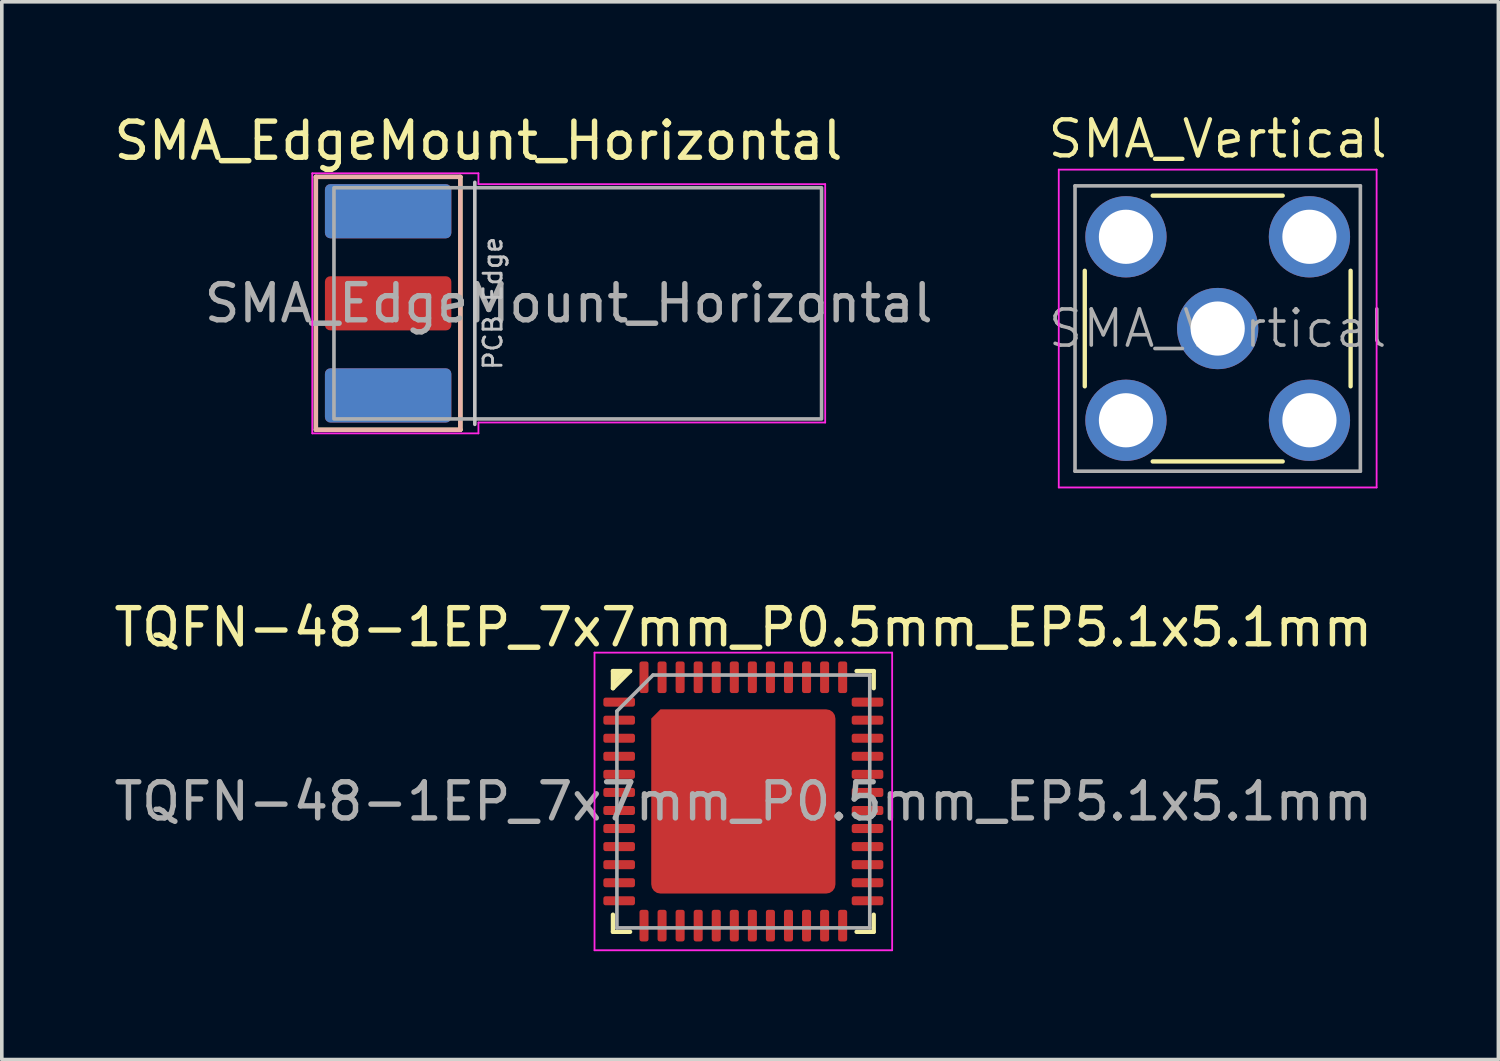
<source format=kicad_pcb>
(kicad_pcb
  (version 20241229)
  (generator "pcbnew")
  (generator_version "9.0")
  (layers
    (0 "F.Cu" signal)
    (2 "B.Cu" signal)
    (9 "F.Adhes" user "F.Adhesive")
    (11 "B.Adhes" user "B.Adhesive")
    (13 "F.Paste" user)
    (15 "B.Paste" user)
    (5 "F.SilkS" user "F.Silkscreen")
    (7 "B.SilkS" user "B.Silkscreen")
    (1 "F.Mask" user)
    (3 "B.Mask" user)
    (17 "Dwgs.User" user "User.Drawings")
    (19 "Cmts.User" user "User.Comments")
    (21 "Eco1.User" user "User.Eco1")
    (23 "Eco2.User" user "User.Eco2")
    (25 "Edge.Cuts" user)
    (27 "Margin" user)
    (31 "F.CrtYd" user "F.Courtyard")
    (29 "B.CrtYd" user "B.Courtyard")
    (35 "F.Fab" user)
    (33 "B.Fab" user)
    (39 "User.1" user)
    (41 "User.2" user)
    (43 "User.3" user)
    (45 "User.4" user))
  (footprint "SMA_EdgeMount_Horizontal"
    (layer "F.Cu")
    (at 10.196 5.348)
    (property "Reference" "SMA_EdgeMount_Horizontal" (at 0 -4.5 0) (unlocked yes) (layer "F.SilkS") (effects (font (size 1 1) (thickness 0.15))))
    (attr smd)
    (fp_line (start -4.5 -3.5) (end -4.5 3.5) (stroke (width 0.12) (type solid)) (layer "F.SilkS"))
    (fp_line (start -4.5 3.5) (end -0.5 3.5) (stroke (width 0.12) (type solid)) (layer "F.SilkS"))
    (fp_line (start -0.5 -3.5) (end -4.5 -3.5) (stroke (width 0.12) (type solid)) (layer "F.SilkS"))
    (fp_line (start -0.5 3.5) (end -0.5 -3.5) (stroke (width 0.12) (type solid)) (layer "F.SilkS"))
    (fp_line (start -4.5 -3.5) (end -0.5 -3.5) (stroke (width 0.12) (type solid)) (layer "B.SilkS"))
    (fp_line (start -4.5 3.5) (end -4.5 -3.5) (stroke (width 0.12) (type solid)) (layer "B.SilkS"))
    (fp_line (start -0.5 -3.5) (end -0.5 3.5) (stroke (width 0.12) (type solid)) (layer "B.SilkS"))
    (fp_line (start -0.5 3.5) (end -4.5 3.5) (stroke (width 0.12) (type solid)) (layer "B.SilkS"))
    (fp_line (start -0.1 -3.35) (end -0.1 3.35) (stroke (width 0.1) (type solid)) (layer "Dwgs.User"))
    (fp_line (start -4.6 -3.6) (end -4.6 3.6) (stroke (width 0.05) (type solid)) (layer "F.CrtYd"))
    (fp_line (start -4.6 3.6) (end 0 3.6) (stroke (width 0.05) (type solid)) (layer "F.CrtYd"))
    (fp_line (start 0 -3.6) (end -4.6 -3.6) (stroke (width 0.05) (type solid)) (layer "F.CrtYd"))
    (fp_line (start 0 -3.3) (end 0 -3.6) (stroke (width 0.05) (type solid)) (layer "F.CrtYd"))
    (fp_line (start 0 3.3) (end 9.6 3.3) (stroke (width 0.05) (type solid)) (layer "F.CrtYd"))
    (fp_line (start 0 3.6) (end 0 3.3) (stroke (width 0.05) (type solid)) (layer "F.CrtYd"))
    (fp_line (start 9.6 -3.3) (end 0 -3.3) (stroke (width 0.05) (type solid)) (layer "F.CrtYd"))
    (fp_line (start 9.6 3.3) (end 9.6 -3.3) (stroke (width 0.05) (type solid)) (layer "F.CrtYd"))
    (fp_rect (start -4 -3.2) (end 9.5 3.2) (stroke (width 0.1) (type solid)) (fill no) (layer "F.Fab"))
    (fp_text user "PCB Edge" (at 0.4 0 270) (layer "Dwgs.User") (effects (font (size 0.5 0.5) (thickness 0.08))))
    (fp_text user "${REFERENCE}" (at 2.5 0 0) (unlocked yes) (layer "F.Fab") (effects (font (size 1 1) (thickness 0.15))))
    (pad "1" smd roundrect (at -2.5 0) (size 3.5 1.5) (layers "F.Cu" "F.Mask" "F.Paste") (roundrect_rratio 0.1))
    (pad "2" smd roundrect (at -2.5 -2.55) (size 3.5 1.5) (layers "F.Cu" "F.Mask" "F.Paste") (roundrect_rratio 0.1))
    (pad "2" smd roundrect (at -2.5 -2.55) (size 3.5 1.5) (layers "B.Cu" "B.Mask" "B.Paste") (roundrect_rratio 0.1))
    (pad "2" smd roundrect (at -2.5 2.55) (size 3.5 1.5) (layers "F.Cu" "F.Mask" "F.Paste") (roundrect_rratio 0.1))
    (pad "2" smd roundrect (at -2.5 2.55) (size 3.5 1.5) (layers "B.Cu" "B.Mask" "B.Paste") (roundrect_rratio 0.1)))
  (footprint "SMA_Vertical"
    (layer "F.Cu")
    (at 30.663 6.046)
    (property "Reference" "SMA_Vertical" (at 0 -5.25 0) (unlocked yes) (layer "F.SilkS") (effects (font (size 1 1) (thickness 0.12))))
    (attr through_hole)
    (fp_line (start -3.68 -1.6) (end -3.68 1.6) (stroke (width 0.12) (type solid)) (layer "F.SilkS"))
    (fp_line (start -1.8 -3.68) (end 1.8 -3.68) (stroke (width 0.12) (type solid)) (layer "F.SilkS"))
    (fp_line (start -1.8 3.68) (end 1.8 3.68) (stroke (width 0.12) (type solid)) (layer "F.SilkS"))
    (fp_line (start 3.68 -1.6) (end 3.68 1.6) (stroke (width 0.12) (type solid)) (layer "F.SilkS"))
    (fp_line (start -4.4 -4.4) (end -4.4 4.4) (stroke (width 0.05) (type solid)) (layer "F.CrtYd"))
    (fp_line (start 4.4 -4.4) (end -4.4 -4.4) (stroke (width 0.05) (type solid)) (layer "F.CrtYd"))
    (fp_line (start 4.4 4.4) (end -4.4 4.4) (stroke (width 0.05) (type solid)) (layer "F.CrtYd"))
    (fp_line (start 4.4 4.4) (end 4.4 -4.4) (stroke (width 0.05) (type solid)) (layer "F.CrtYd"))
    (fp_line (start -3.95 -3.95) (end -3.95 3.95) (stroke (width 0.1) (type solid)) (layer "F.Fab"))
    (fp_line (start -3.95 -3.95) (end 3.95 -3.95) (stroke (width 0.1) (type solid)) (layer "F.Fab"))
    (fp_line (start -3.95 3.95) (end 3.95 3.95) (stroke (width 0.1) (type solid)) (layer "F.Fab"))
    (fp_line (start 3.95 -3.95) (end 3.95 3.95) (stroke (width 0.1) (type solid)) (layer "F.Fab"))
    (fp_text user "${REFERENCE}" (at 0 0 0) (unlocked yes) (layer "F.Fab") (effects (font (size 1 1) (thickness 0.1))))
    (pad "1" thru_hole circle (at 0 0) (size 2.25 2.25) (drill 1.5) (layers "*.Cu" "*.Mask") (remove_unused_layers yes) (keep_end_layers yes) (zone_layer_connections))
    (pad "2" thru_hole circle (at -2.54 -2.54) (size 2.25 2.25) (drill 1.5) (layers "*.Cu" "*.Mask") (remove_unused_layers yes) (keep_end_layers yes) (zone_layer_connections))
    (pad "2" thru_hole circle (at -2.54 2.54) (size 2.25 2.25) (drill 1.5) (layers "*.Cu" "*.Mask") (remove_unused_layers yes) (keep_end_layers yes) (zone_layer_connections))
    (pad "2" thru_hole circle (at 2.54 -2.54) (size 2.25 2.25) (drill 1.5) (layers "*.Cu" "*.Mask") (remove_unused_layers yes) (keep_end_layers yes) (zone_layer_connections))
    (pad "2" thru_hole circle (at 2.54 2.54 90) (size 2.25 2.25) (drill 1.5) (layers "*.Cu" "*.Mask") (remove_unused_layers yes) (keep_end_layers yes) (zone_layer_connections)))
  (footprint "TQFN-48-1EP_7x7mm_P0.5mm_EP5.1x5.1mm"
    (layer "F.Cu")
    (at 17.53 19.139)
    (property "Reference" "TQFN-48-1EP_7x7mm_P0.5mm_EP5.1x5.1mm" (at 0 -4.82 0) (layer "F.SilkS") (effects (font (size 1 1) (thickness 0.15))))
    (attr smd)
    (fp_line (start -3.61 -3.135) (end -3.61 -3.61) (stroke (width 0.12) (type solid)) (layer "F.SilkS"))
    (fp_line (start -3.61 -3.135) (end -3.135 -3.61) (stroke (width 0.12) (type solid)) (layer "F.SilkS"))
    (fp_line (start -3.61 3.61) (end -3.61 3.135) (stroke (width 0.12) (type solid)) (layer "F.SilkS"))
    (fp_line (start -3.5 -3.6) (end -3.6 -3.5) (stroke (width 0.12) (type solid)) (layer "F.SilkS"))
    (fp_line (start -3.4 -3.6) (end -3.6 -3.4) (stroke (width 0.12) (type solid)) (layer "F.SilkS"))
    (fp_line (start -3.3 -3.6) (end -3.6 -3.3) (stroke (width 0.12) (type solid)) (layer "F.SilkS"))
    (fp_line (start -3.135 -3.61) (end -3.61 -3.61) (stroke (width 0.12) (type solid)) (layer "F.SilkS"))
    (fp_line (start -3.135 3.61) (end -3.61 3.61) (stroke (width 0.12) (type solid)) (layer "F.SilkS"))
    (fp_line (start 3.135 -3.61) (end 3.61 -3.61) (stroke (width 0.12) (type solid)) (layer "F.SilkS"))
    (fp_line (start 3.135 3.61) (end 3.61 3.61) (stroke (width 0.12) (type solid)) (layer "F.SilkS"))
    (fp_line (start 3.61 -3.61) (end 3.61 -3.135) (stroke (width 0.12) (type solid)) (layer "F.SilkS"))
    (fp_line (start 3.61 3.61) (end 3.61 3.135) (stroke (width 0.12) (type solid)) (layer "F.SilkS"))
    (fp_line (start -4.12 -4.12) (end -4.12 4.12) (stroke (width 0.05) (type solid)) (layer "F.CrtYd"))
    (fp_line (start -4.12 4.12) (end 4.12 4.12) (stroke (width 0.05) (type solid)) (layer "F.CrtYd"))
    (fp_line (start 4.12 -4.12) (end -4.12 -4.12) (stroke (width 0.05) (type solid)) (layer "F.CrtYd"))
    (fp_line (start 4.12 4.12) (end 4.12 -4.12) (stroke (width 0.05) (type solid)) (layer "F.CrtYd"))
    (fp_line (start -3.5 -2.5) (end -2.5 -3.5) (stroke (width 0.1) (type solid)) (layer "F.Fab"))
    (fp_line (start -3.5 3.5) (end -3.5 -2.5) (stroke (width 0.1) (type solid)) (layer "F.Fab"))
    (fp_line (start -2.5 -3.5) (end 3.5 -3.5) (stroke (width 0.1) (type solid)) (layer "F.Fab"))
    (fp_line (start 3.5 -3.5) (end 3.5 3.5) (stroke (width 0.1) (type solid)) (layer "F.Fab"))
    (fp_line (start 3.5 3.5) (end -3.5 3.5) (stroke (width 0.1) (type solid)) (layer "F.Fab"))
    (fp_text user "${REFERENCE}" (at 0 0 0) (layer "F.Fab") (effects (font (size 1 1) (thickness 0.15))))
    (pad "" smd roundrect (at -1.7 -1.7) (size 1.37 1.37) (layers "F.Paste") (roundrect_rratio 0.182))
    (pad "" smd roundrect (at -1.7 0) (size 1.37 1.37) (layers "F.Paste") (roundrect_rratio 0.182))
    (pad "" smd roundrect (at -1.7 1.7) (size 1.37 1.37) (layers "F.Paste") (roundrect_rratio 0.182))
    (pad "" smd roundrect (at 0 -1.7) (size 1.37 1.37) (layers "F.Paste") (roundrect_rratio 0.182))
    (pad "" smd roundrect (at 0 0) (size 1.37 1.37) (layers "F.Paste") (roundrect_rratio 0.182))
    (pad "" smd roundrect (at 0 1.7) (size 1.37 1.37) (layers "F.Paste") (roundrect_rratio 0.182))
    (pad "" smd roundrect (at 1.7 -1.7) (size 1.37 1.37) (layers "F.Paste") (roundrect_rratio 0.182))
    (pad "" smd roundrect (at 1.7 0) (size 1.37 1.37) (layers "F.Paste") (roundrect_rratio 0.182))
    (pad "" smd roundrect (at 1.7 1.7) (size 1.37 1.37) (layers "F.Paste") (roundrect_rratio 0.182))
    (pad "1" smd roundrect (at -3.438 -2.75) (size 0.875 0.25) (layers "F.Cu" "F.Mask" "F.Paste") (roundrect_rratio 0.25))
    (pad "2" smd roundrect (at -3.438 -2.25) (size 0.875 0.25) (layers "F.Cu" "F.Mask" "F.Paste") (roundrect_rratio 0.25))
    (pad "3" smd roundrect (at -3.438 -1.75) (size 0.875 0.25) (layers "F.Cu" "F.Mask" "F.Paste") (roundrect_rratio 0.25))
    (pad "4" smd roundrect (at -3.438 -1.25) (size 0.875 0.25) (layers "F.Cu" "F.Mask" "F.Paste") (roundrect_rratio 0.25))
    (pad "5" smd roundrect (at -3.438 -0.75) (size 0.875 0.25) (layers "F.Cu" "F.Mask" "F.Paste") (roundrect_rratio 0.25))
    (pad "6" smd roundrect (at -3.438 -0.25) (size 0.875 0.25) (layers "F.Cu" "F.Mask" "F.Paste") (roundrect_rratio 0.25))
    (pad "7" smd roundrect (at -3.438 0.25) (size 0.875 0.25) (layers "F.Cu" "F.Mask" "F.Paste") (roundrect_rratio 0.25))
    (pad "8" smd roundrect (at -3.438 0.75) (size 0.875 0.25) (layers "F.Cu" "F.Mask" "F.Paste") (roundrect_rratio 0.25))
    (pad "9" smd roundrect (at -3.438 1.25) (size 0.875 0.25) (layers "F.Cu" "F.Mask" "F.Paste") (roundrect_rratio 0.25))
    (pad "10" smd roundrect (at -3.438 1.75) (size 0.875 0.25) (layers "F.Cu" "F.Mask" "F.Paste") (roundrect_rratio 0.25))
    (pad "11" smd roundrect (at -3.438 2.25) (size 0.875 0.25) (layers "F.Cu" "F.Mask" "F.Paste") (roundrect_rratio 0.25))
    (pad "12" smd roundrect (at -3.438 2.75) (size 0.875 0.25) (layers "F.Cu" "F.Mask" "F.Paste") (roundrect_rratio 0.25))
    (pad "13" smd roundrect (at -2.75 3.438) (size 0.25 0.875) (layers "F.Cu" "F.Mask" "F.Paste") (roundrect_rratio 0.25))
    (pad "14" smd roundrect (at -2.25 3.438) (size 0.25 0.875) (layers "F.Cu" "F.Mask" "F.Paste") (roundrect_rratio 0.25))
    (pad "15" smd roundrect (at -1.75 3.438) (size 0.25 0.875) (layers "F.Cu" "F.Mask" "F.Paste") (roundrect_rratio 0.25))
    (pad "16" smd roundrect (at -1.25 3.438) (size 0.25 0.875) (layers "F.Cu" "F.Mask" "F.Paste") (roundrect_rratio 0.25))
    (pad "17" smd roundrect (at -0.75 3.438) (size 0.25 0.875) (layers "F.Cu" "F.Mask" "F.Paste") (roundrect_rratio 0.25))
    (pad "18" smd roundrect (at -0.25 3.438) (size 0.25 0.875) (layers "F.Cu" "F.Mask" "F.Paste") (roundrect_rratio 0.25))
    (pad "19" smd roundrect (at 0.25 3.438) (size 0.25 0.875) (layers "F.Cu" "F.Mask" "F.Paste") (roundrect_rratio 0.25))
    (pad "20" smd roundrect (at 0.75 3.438) (size 0.25 0.875) (layers "F.Cu" "F.Mask" "F.Paste") (roundrect_rratio 0.25))
    (pad "21" smd roundrect (at 1.25 3.438) (size 0.25 0.875) (layers "F.Cu" "F.Mask" "F.Paste") (roundrect_rratio 0.25))
    (pad "22" smd roundrect (at 1.75 3.438) (size 0.25 0.875) (layers "F.Cu" "F.Mask" "F.Paste") (roundrect_rratio 0.25))
    (pad "23" smd roundrect (at 2.25 3.438) (size 0.25 0.875) (layers "F.Cu" "F.Mask" "F.Paste") (roundrect_rratio 0.25))
    (pad "24" smd roundrect (at 2.75 3.438) (size 0.25 0.875) (layers "F.Cu" "F.Mask" "F.Paste") (roundrect_rratio 0.25))
    (pad "25" smd roundrect (at 3.438 2.75) (size 0.875 0.25) (layers "F.Cu" "F.Mask" "F.Paste") (roundrect_rratio 0.25))
    (pad "26" smd roundrect (at 3.438 2.25) (size 0.875 0.25) (layers "F.Cu" "F.Mask" "F.Paste") (roundrect_rratio 0.25))
    (pad "27" smd roundrect (at 3.438 1.75) (size 0.875 0.25) (layers "F.Cu" "F.Mask" "F.Paste") (roundrect_rratio 0.25))
    (pad "28" smd roundrect (at 3.438 1.25) (size 0.875 0.25) (layers "F.Cu" "F.Mask" "F.Paste") (roundrect_rratio 0.25))
    (pad "29" smd roundrect (at 3.438 0.75) (size 0.875 0.25) (layers "F.Cu" "F.Mask" "F.Paste") (roundrect_rratio 0.25))
    (pad "30" smd roundrect (at 3.438 0.25) (size 0.875 0.25) (layers "F.Cu" "F.Mask" "F.Paste") (roundrect_rratio 0.25))
    (pad "31" smd roundrect (at 3.438 -0.25) (size 0.875 0.25) (layers "F.Cu" "F.Mask" "F.Paste") (roundrect_rratio 0.25))
    (pad "32" smd roundrect (at 3.438 -0.75) (size 0.875 0.25) (layers "F.Cu" "F.Mask" "F.Paste") (roundrect_rratio 0.25))
    (pad "33" smd roundrect (at 3.438 -1.25) (size 0.875 0.25) (layers "F.Cu" "F.Mask" "F.Paste") (roundrect_rratio 0.25))
    (pad "34" smd roundrect (at 3.438 -1.75) (size 0.875 0.25) (layers "F.Cu" "F.Mask" "F.Paste") (roundrect_rratio 0.25))
    (pad "35" smd roundrect (at 3.438 -2.25) (size 0.875 0.25) (layers "F.Cu" "F.Mask" "F.Paste") (roundrect_rratio 0.25))
    (pad "36" smd roundrect (at 3.438 -2.75) (size 0.875 0.25) (layers "F.Cu" "F.Mask" "F.Paste") (roundrect_rratio 0.25))
    (pad "37" smd roundrect (at 2.75 -3.438) (size 0.25 0.875) (layers "F.Cu" "F.Mask" "F.Paste") (roundrect_rratio 0.25))
    (pad "38" smd roundrect (at 2.25 -3.438) (size 0.25 0.875) (layers "F.Cu" "F.Mask" "F.Paste") (roundrect_rratio 0.25))
    (pad "39" smd roundrect (at 1.75 -3.438) (size 0.25 0.875) (layers "F.Cu" "F.Mask" "F.Paste") (roundrect_rratio 0.25))
    (pad "40" smd roundrect (at 1.25 -3.438) (size 0.25 0.875) (layers "F.Cu" "F.Mask" "F.Paste") (roundrect_rratio 0.25))
    (pad "41" smd roundrect (at 0.75 -3.438) (size 0.25 0.875) (layers "F.Cu" "F.Mask" "F.Paste") (roundrect_rratio 0.25))
    (pad "42" smd roundrect (at 0.25 -3.438) (size 0.25 0.875) (layers "F.Cu" "F.Mask" "F.Paste") (roundrect_rratio 0.25))
    (pad "43" smd roundrect (at -0.25 -3.438) (size 0.25 0.875) (layers "F.Cu" "F.Mask" "F.Paste") (roundrect_rratio 0.25))
    (pad "44" smd roundrect (at -0.75 -3.438) (size 0.25 0.875) (layers "F.Cu" "F.Mask" "F.Paste") (roundrect_rratio 0.25))
    (pad "45" smd roundrect (at -1.25 -3.438) (size 0.25 0.875) (layers "F.Cu" "F.Mask" "F.Paste") (roundrect_rratio 0.25))
    (pad "46" smd roundrect (at -1.75 -3.438) (size 0.25 0.875) (layers "F.Cu" "F.Mask" "F.Paste") (roundrect_rratio 0.25))
    (pad "47" smd roundrect (at -2.25 -3.438) (size 0.25 0.875) (layers "F.Cu" "F.Mask" "F.Paste") (roundrect_rratio 0.25))
    (pad "48" smd roundrect (at -2.75 -3.438) (size 0.25 0.875) (layers "F.Cu" "F.Mask" "F.Paste") (roundrect_rratio 0.25))
    (pad "49" smd roundrect (at 0 0) (size 5.1 5.1) (layers "F.Cu" "F.Mask") (roundrect_rratio 0.05) (chamfer_ratio 0.05) (chamfer top_left)))
  (gr_rect
    (start -3 -3)
    (end 38.434 26.284)
    (stroke (width 0.1) (type default))
    (fill no)
    (layer "Edge.Cuts")))
</source>
